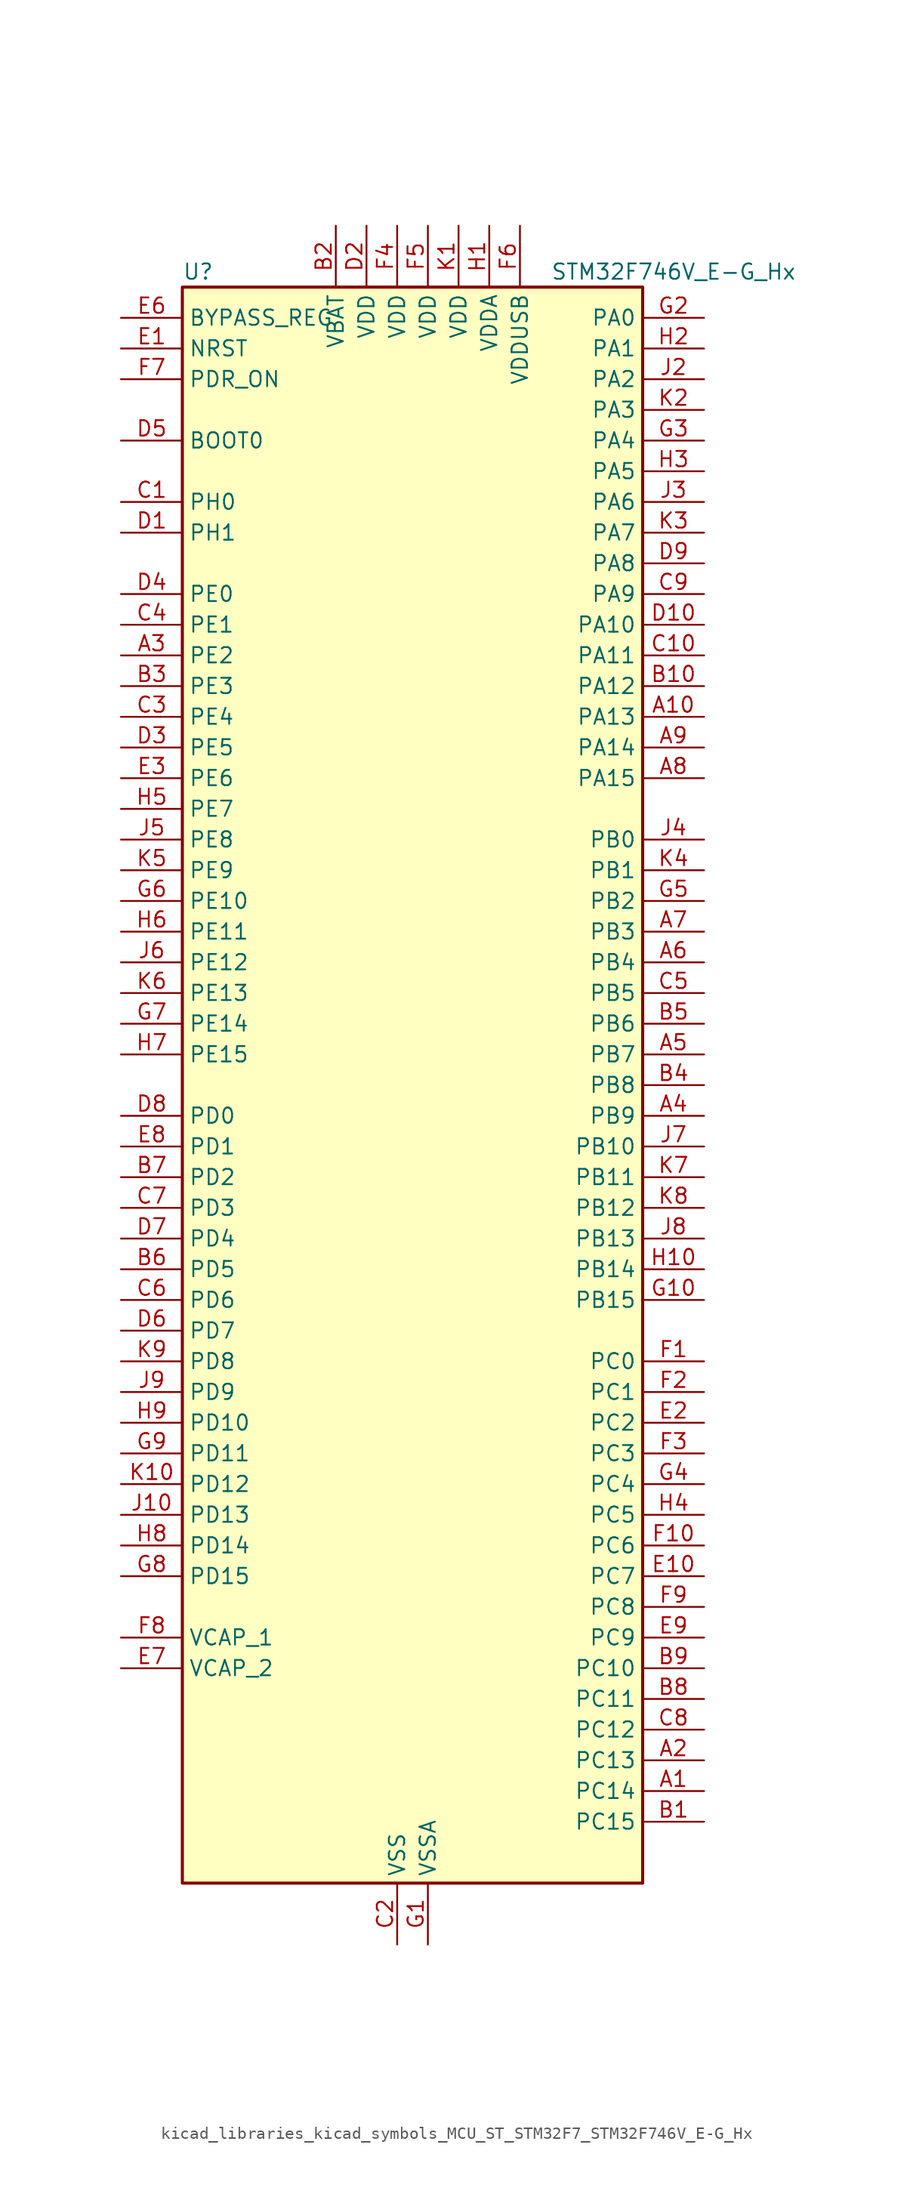
<source format=kicad_sym>
(kicad_symbol_lib
  (version 20220914)
  (generator kicad_symbol_editor)
  (symbol "kicad_libraries_kicad_symbols_MCU_ST_STM32F7_STM32F746V_E-G_Hx"
    (property "Reference" "U"
      (at -17.78 67.31 0)
      (effects (font (size 1.27 1.27)) (justify left)))
    (property "Value" "STM32F746V_E-G_Hx"
      (at 12.7 67.31 0)
      (effects (font (size 1.27 1.27)) (justify left)))
    (property "ki_locked" ""
      (at 0 0 0)
      (effects (font (size 1.27 1.27))))
    (symbol "kicad_libraries_kicad_symbols_MCU_ST_STM32F7_STM32F746V_E-G_Hx_0_1"
      (rectangle (start -17.78 -66.04) (end 20.32 66.04) (stroke (width 0.254) (type default)) (fill (type background))))
    (symbol "kicad_libraries_kicad_symbols_MCU_ST_STM32F7_STM32F746V_E-G_Hx_1_1"
      (pin bidirectional line (at 25.4 -58.42 180) (length 5.08) (name "PC14" (effects (font (size 1.27 1.27)))) (number "A1" (effects (font (size 1.27 1.27)))) (alternate "RCC_OSC32_IN" bidirectional line))
      (pin bidirectional line (at 25.4 30.48 180) (length 5.08) (name "PA13" (effects (font (size 1.27 1.27)))) (number "A10" (effects (font (size 1.27 1.27)))) (alternate "SYS_JTMS-SWDIO" bidirectional line))
      (pin bidirectional line (at 25.4 -55.88 180) (length 5.08) (name "PC13" (effects (font (size 1.27 1.27)))) (number "A2" (effects (font (size 1.27 1.27)))) (alternate "RTC_OUT" bidirectional line) (alternate "RTC_TAMP1" bidirectional line) (alternate "RTC_TS" bidirectional line) (alternate "SYS_WKUP4" bidirectional line))
      (pin bidirectional line (at -22.86 35.56 0) (length 5.08) (name "PE2" (effects (font (size 1.27 1.27)))) (number "A3" (effects (font (size 1.27 1.27)))) (alternate "ETH_TXD3" bidirectional line) (alternate "FMC_A23" bidirectional line) (alternate "QUADSPI_BK1_IO2" bidirectional line) (alternate "SAI1_MCLK_A" bidirectional line) (alternate "SPI4_SCK" bidirectional line) (alternate "SYS_TRACECLK" bidirectional line))
      (pin bidirectional line (at 25.4 -2.54 180) (length 5.08) (name "PB9" (effects (font (size 1.27 1.27)))) (number "A4" (effects (font (size 1.27 1.27)))) (alternate "CAN1_TX" bidirectional line) (alternate "DAC_EXTI9" bidirectional line) (alternate "DCMI_D7" bidirectional line) (alternate "I2C1_SDA" bidirectional line) (alternate "I2S2_WS" bidirectional line) (alternate "LTDC_B7" bidirectional line) (alternate "SDMMC1_D5" bidirectional line) (alternate "SPI2_NSS" bidirectional line) (alternate "TIM11_CH1" bidirectional line) (alternate "TIM4_CH4" bidirectional line))
      (pin bidirectional line (at 25.4 2.54 180) (length 5.08) (name "PB7" (effects (font (size 1.27 1.27)))) (number "A5" (effects (font (size 1.27 1.27)))) (alternate "DCMI_VSYNC" bidirectional line) (alternate "FMC_NL" bidirectional line) (alternate "I2C1_SDA" bidirectional line) (alternate "TIM4_CH2" bidirectional line) (alternate "USART1_RX" bidirectional line))
      (pin bidirectional line (at 25.4 10.16 180) (length 5.08) (name "PB4" (effects (font (size 1.27 1.27)))) (number "A6" (effects (font (size 1.27 1.27)))) (alternate "I2S2_WS" bidirectional line) (alternate "SPI1_MISO" bidirectional line) (alternate "SPI2_NSS" bidirectional line) (alternate "SPI3_MISO" bidirectional line) (alternate "SYS_JTRST" bidirectional line) (alternate "TIM3_CH1" bidirectional line))
      (pin bidirectional line (at 25.4 12.7 180) (length 5.08) (name "PB3" (effects (font (size 1.27 1.27)))) (number "A7" (effects (font (size 1.27 1.27)))) (alternate "I2S1_CK" bidirectional line) (alternate "I2S3_CK" bidirectional line) (alternate "SPI1_SCK" bidirectional line) (alternate "SPI3_SCK" bidirectional line) (alternate "SYS_JTDO-SWO" bidirectional line) (alternate "TIM2_CH2" bidirectional line))
      (pin bidirectional line (at 25.4 25.4 180) (length 5.08) (name "PA15" (effects (font (size 1.27 1.27)))) (number "A8" (effects (font (size 1.27 1.27)))) (alternate "CEC" bidirectional line) (alternate "I2S1_WS" bidirectional line) (alternate "I2S3_WS" bidirectional line) (alternate "SPI1_NSS" bidirectional line) (alternate "SPI3_NSS" bidirectional line) (alternate "SYS_JTDI" bidirectional line) (alternate "TIM2_CH1" bidirectional line) (alternate "TIM2_ETR" bidirectional line) (alternate "UART4_DE" bidirectional line) (alternate "UART4_RTS" bidirectional line))
      (pin bidirectional line (at 25.4 27.94 180) (length 5.08) (name "PA14" (effects (font (size 1.27 1.27)))) (number "A9" (effects (font (size 1.27 1.27)))) (alternate "SYS_JTCK-SWCLK" bidirectional line))
      (pin bidirectional line (at 25.4 -60.96 180) (length 5.08) (name "PC15" (effects (font (size 1.27 1.27)))) (number "B1" (effects (font (size 1.27 1.27)))) (alternate "RCC_OSC32_OUT" bidirectional line))
      (pin bidirectional line (at 25.4 33.02 180) (length 5.08) (name "PA12" (effects (font (size 1.27 1.27)))) (number "B10" (effects (font (size 1.27 1.27)))) (alternate "CAN1_TX" bidirectional line) (alternate "LTDC_R5" bidirectional line) (alternate "SAI2_FS_B" bidirectional line) (alternate "TIM1_ETR" bidirectional line) (alternate "USART1_DE" bidirectional line) (alternate "USART1_RTS" bidirectional line) (alternate "USB_OTG_FS_DP" bidirectional line))
      (pin power_in line (at -5.08 71.12 270) (length 5.08) (name "VBAT" (effects (font (size 1.27 1.27)))) (number "B2" (effects (font (size 1.27 1.27)))))
      (pin bidirectional line (at -22.86 33.02 0) (length 5.08) (name "PE3" (effects (font (size 1.27 1.27)))) (number "B3" (effects (font (size 1.27 1.27)))) (alternate "FMC_A19" bidirectional line) (alternate "SAI1_SD_B" bidirectional line) (alternate "SYS_TRACED0" bidirectional line))
      (pin bidirectional line (at 25.4 0 180) (length 5.08) (name "PB8" (effects (font (size 1.27 1.27)))) (number "B4" (effects (font (size 1.27 1.27)))) (alternate "CAN1_RX" bidirectional line) (alternate "DCMI_D6" bidirectional line) (alternate "ETH_TXD3" bidirectional line) (alternate "I2C1_SCL" bidirectional line) (alternate "LTDC_B6" bidirectional line) (alternate "SDMMC1_D4" bidirectional line) (alternate "TIM10_CH1" bidirectional line) (alternate "TIM4_CH3" bidirectional line))
      (pin bidirectional line (at 25.4 5.08 180) (length 5.08) (name "PB6" (effects (font (size 1.27 1.27)))) (number "B5" (effects (font (size 1.27 1.27)))) (alternate "CAN2_TX" bidirectional line) (alternate "CEC" bidirectional line) (alternate "DCMI_D5" bidirectional line) (alternate "FMC_SDNE1" bidirectional line) (alternate "I2C1_SCL" bidirectional line) (alternate "QUADSPI_BK1_NCS" bidirectional line) (alternate "TIM4_CH1" bidirectional line) (alternate "USART1_TX" bidirectional line))
      (pin bidirectional line (at -22.86 -15.24 0) (length 5.08) (name "PD5" (effects (font (size 1.27 1.27)))) (number "B6" (effects (font (size 1.27 1.27)))) (alternate "FMC_NWE" bidirectional line) (alternate "USART2_TX" bidirectional line))
      (pin bidirectional line (at -22.86 -7.62 0) (length 5.08) (name "PD2" (effects (font (size 1.27 1.27)))) (number "B7" (effects (font (size 1.27 1.27)))) (alternate "DCMI_D11" bidirectional line) (alternate "SDMMC1_CMD" bidirectional line) (alternate "SYS_TRACED2" bidirectional line) (alternate "TIM3_ETR" bidirectional line) (alternate "UART5_RX" bidirectional line))
      (pin bidirectional line (at 25.4 -50.8 180) (length 5.08) (name "PC11" (effects (font (size 1.27 1.27)))) (number "B8" (effects (font (size 1.27 1.27)))) (alternate "ADC1_EXTI11" bidirectional line) (alternate "ADC2_EXTI11" bidirectional line) (alternate "ADC3_EXTI11" bidirectional line) (alternate "DCMI_D4" bidirectional line) (alternate "QUADSPI_BK2_NCS" bidirectional line) (alternate "SDMMC1_D3" bidirectional line) (alternate "SPI3_MISO" bidirectional line) (alternate "UART4_RX" bidirectional line) (alternate "USART3_RX" bidirectional line))
      (pin bidirectional line (at 25.4 -48.26 180) (length 5.08) (name "PC10" (effects (font (size 1.27 1.27)))) (number "B9" (effects (font (size 1.27 1.27)))) (alternate "DCMI_D8" bidirectional line) (alternate "I2S3_CK" bidirectional line) (alternate "LTDC_R2" bidirectional line) (alternate "QUADSPI_BK1_IO1" bidirectional line) (alternate "SDMMC1_D2" bidirectional line) (alternate "SPI3_SCK" bidirectional line) (alternate "UART4_TX" bidirectional line) (alternate "USART3_TX" bidirectional line))
      (pin bidirectional line (at -22.86 48.26 0) (length 5.08) (name "PH0" (effects (font (size 1.27 1.27)))) (number "C1" (effects (font (size 1.27 1.27)))) (alternate "RCC_OSC_IN" bidirectional line))
      (pin bidirectional line (at 25.4 35.56 180) (length 5.08) (name "PA11" (effects (font (size 1.27 1.27)))) (number "C10" (effects (font (size 1.27 1.27)))) (alternate "ADC1_EXTI11" bidirectional line) (alternate "ADC2_EXTI11" bidirectional line) (alternate "ADC3_EXTI11" bidirectional line) (alternate "CAN1_RX" bidirectional line) (alternate "LTDC_R4" bidirectional line) (alternate "TIM1_CH4" bidirectional line) (alternate "USART1_CTS" bidirectional line) (alternate "USB_OTG_FS_DM" bidirectional line))
      (pin power_in line (at 0 -71.12 90) (length 5.08) (name "VSS" (effects (font (size 1.27 1.27)))) (number "C2" (effects (font (size 1.27 1.27)))))
      (pin bidirectional line (at -22.86 30.48 0) (length 5.08) (name "PE4" (effects (font (size 1.27 1.27)))) (number "C3" (effects (font (size 1.27 1.27)))) (alternate "DCMI_D4" bidirectional line) (alternate "FMC_A20" bidirectional line) (alternate "LTDC_B0" bidirectional line) (alternate "SAI1_FS_A" bidirectional line) (alternate "SPI4_NSS" bidirectional line) (alternate "SYS_TRACED1" bidirectional line))
      (pin bidirectional line (at -22.86 38.1 0) (length 5.08) (name "PE1" (effects (font (size 1.27 1.27)))) (number "C4" (effects (font (size 1.27 1.27)))) (alternate "DCMI_D3" bidirectional line) (alternate "FMC_NBL1" bidirectional line) (alternate "LPTIM1_IN2" bidirectional line) (alternate "UART8_TX" bidirectional line))
      (pin bidirectional line (at 25.4 7.62 180) (length 5.08) (name "PB5" (effects (font (size 1.27 1.27)))) (number "C5" (effects (font (size 1.27 1.27)))) (alternate "CAN2_RX" bidirectional line) (alternate "DCMI_D10" bidirectional line) (alternate "ETH_PPS_OUT" bidirectional line) (alternate "FMC_SDCKE1" bidirectional line) (alternate "I2C1_SMBA" bidirectional line) (alternate "I2S1_SD" bidirectional line) (alternate "I2S3_SD" bidirectional line) (alternate "SPI1_MOSI" bidirectional line) (alternate "SPI3_MOSI" bidirectional line) (alternate "TIM3_CH2" bidirectional line) (alternate "USB_OTG_HS_ULPI_D7" bidirectional line))
      (pin bidirectional line (at -22.86 -17.78 0) (length 5.08) (name "PD6" (effects (font (size 1.27 1.27)))) (number "C6" (effects (font (size 1.27 1.27)))) (alternate "DCMI_D10" bidirectional line) (alternate "FMC_NWAIT" bidirectional line) (alternate "I2S3_SD" bidirectional line) (alternate "LTDC_B2" bidirectional line) (alternate "SAI1_SD_A" bidirectional line) (alternate "SPI3_MOSI" bidirectional line) (alternate "USART2_RX" bidirectional line))
      (pin bidirectional line (at -22.86 -10.16 0) (length 5.08) (name "PD3" (effects (font (size 1.27 1.27)))) (number "C7" (effects (font (size 1.27 1.27)))) (alternate "DCMI_D5" bidirectional line) (alternate "FMC_CLK" bidirectional line) (alternate "I2S2_CK" bidirectional line) (alternate "LTDC_G7" bidirectional line) (alternate "SPI2_SCK" bidirectional line) (alternate "USART2_CTS" bidirectional line))
      (pin bidirectional line (at 25.4 -53.34 180) (length 5.08) (name "PC12" (effects (font (size 1.27 1.27)))) (number "C8" (effects (font (size 1.27 1.27)))) (alternate "DCMI_D9" bidirectional line) (alternate "I2S3_SD" bidirectional line) (alternate "SDMMC1_CK" bidirectional line) (alternate "SPI3_MOSI" bidirectional line) (alternate "SYS_TRACED3" bidirectional line) (alternate "UART5_TX" bidirectional line) (alternate "USART3_CK" bidirectional line))
      (pin bidirectional line (at 25.4 40.64 180) (length 5.08) (name "PA9" (effects (font (size 1.27 1.27)))) (number "C9" (effects (font (size 1.27 1.27)))) (alternate "DAC_EXTI9" bidirectional line) (alternate "DCMI_D0" bidirectional line) (alternate "I2C3_SMBA" bidirectional line) (alternate "I2S2_CK" bidirectional line) (alternate "SPI2_SCK" bidirectional line) (alternate "TIM1_CH2" bidirectional line) (alternate "USART1_TX" bidirectional line) (alternate "USB_OTG_FS_VBUS" bidirectional line))
      (pin bidirectional line (at -22.86 45.72 0) (length 5.08) (name "PH1" (effects (font (size 1.27 1.27)))) (number "D1" (effects (font (size 1.27 1.27)))) (alternate "RCC_OSC_OUT" bidirectional line))
      (pin bidirectional line (at 25.4 38.1 180) (length 5.08) (name "PA10" (effects (font (size 1.27 1.27)))) (number "D10" (effects (font (size 1.27 1.27)))) (alternate "DCMI_D1" bidirectional line) (alternate "TIM1_CH3" bidirectional line) (alternate "USART1_RX" bidirectional line) (alternate "USB_OTG_FS_ID" bidirectional line))
      (pin power_in line (at -2.54 71.12 270) (length 5.08) (name "VDD" (effects (font (size 1.27 1.27)))) (number "D2" (effects (font (size 1.27 1.27)))))
      (pin bidirectional line (at -22.86 27.94 0) (length 5.08) (name "PE5" (effects (font (size 1.27 1.27)))) (number "D3" (effects (font (size 1.27 1.27)))) (alternate "DCMI_D6" bidirectional line) (alternate "FMC_A21" bidirectional line) (alternate "LTDC_G0" bidirectional line) (alternate "SAI1_SCK_A" bidirectional line) (alternate "SPI4_MISO" bidirectional line) (alternate "SYS_TRACED2" bidirectional line) (alternate "TIM9_CH1" bidirectional line))
      (pin bidirectional line (at -22.86 40.64 0) (length 5.08) (name "PE0" (effects (font (size 1.27 1.27)))) (number "D4" (effects (font (size 1.27 1.27)))) (alternate "DCMI_D2" bidirectional line) (alternate "FMC_NBL0" bidirectional line) (alternate "LPTIM1_ETR" bidirectional line) (alternate "SAI2_MCLK_A" bidirectional line) (alternate "TIM4_ETR" bidirectional line) (alternate "UART8_RX" bidirectional line))
      (pin input line (at -22.86 53.34 0) (length 5.08) (name "BOOT0" (effects (font (size 1.27 1.27)))) (number "D5" (effects (font (size 1.27 1.27)))))
      (pin bidirectional line (at -22.86 -20.32 0) (length 5.08) (name "PD7" (effects (font (size 1.27 1.27)))) (number "D6" (effects (font (size 1.27 1.27)))) (alternate "FMC_NE1" bidirectional line) (alternate "SPDIFRX_IN0" bidirectional line) (alternate "USART2_CK" bidirectional line))
      (pin bidirectional line (at -22.86 -12.7 0) (length 5.08) (name "PD4" (effects (font (size 1.27 1.27)))) (number "D7" (effects (font (size 1.27 1.27)))) (alternate "FMC_NOE" bidirectional line) (alternate "USART2_DE" bidirectional line) (alternate "USART2_RTS" bidirectional line))
      (pin bidirectional line (at -22.86 -2.54 0) (length 5.08) (name "PD0" (effects (font (size 1.27 1.27)))) (number "D8" (effects (font (size 1.27 1.27)))) (alternate "CAN1_RX" bidirectional line) (alternate "FMC_D2" bidirectional line) (alternate "FMC_DA2" bidirectional line))
      (pin bidirectional line (at 25.4 43.18 180) (length 5.08) (name "PA8" (effects (font (size 1.27 1.27)))) (number "D9" (effects (font (size 1.27 1.27)))) (alternate "I2C3_SCL" bidirectional line) (alternate "LTDC_R6" bidirectional line) (alternate "RCC_MCO_1" bidirectional line) (alternate "TIM1_CH1" bidirectional line) (alternate "TIM8_BKIN2" bidirectional line) (alternate "USART1_CK" bidirectional line) (alternate "USB_OTG_FS_SOF" bidirectional line))
      (pin input line (at -22.86 60.96 0) (length 5.08) (name "NRST" (effects (font (size 1.27 1.27)))) (number "E1" (effects (font (size 1.27 1.27)))))
      (pin bidirectional line (at 25.4 -40.64 180) (length 5.08) (name "PC7" (effects (font (size 1.27 1.27)))) (number "E10" (effects (font (size 1.27 1.27)))) (alternate "DCMI_D1" bidirectional line) (alternate "I2S3_MCK" bidirectional line) (alternate "LTDC_G6" bidirectional line) (alternate "SDMMC1_D7" bidirectional line) (alternate "TIM3_CH2" bidirectional line) (alternate "TIM8_CH2" bidirectional line) (alternate "USART6_RX" bidirectional line))
      (pin bidirectional line (at 25.4 -27.94 180) (length 5.08) (name "PC2" (effects (font (size 1.27 1.27)))) (number "E2" (effects (font (size 1.27 1.27)))) (alternate "ADC1_IN12" bidirectional line) (alternate "ADC2_IN12" bidirectional line) (alternate "ADC3_IN12" bidirectional line) (alternate "ETH_TXD2" bidirectional line) (alternate "FMC_SDNE0" bidirectional line) (alternate "SPI2_MISO" bidirectional line) (alternate "USB_OTG_HS_ULPI_DIR" bidirectional line))
      (pin bidirectional line (at -22.86 25.4 0) (length 5.08) (name "PE6" (effects (font (size 1.27 1.27)))) (number "E3" (effects (font (size 1.27 1.27)))) (alternate "DCMI_D7" bidirectional line) (alternate "FMC_A22" bidirectional line) (alternate "LTDC_G1" bidirectional line) (alternate "SAI1_SD_A" bidirectional line) (alternate "SAI2_MCLK_B" bidirectional line) (alternate "SPI4_MOSI" bidirectional line) (alternate "SYS_TRACED3" bidirectional line) (alternate "TIM1_BKIN2" bidirectional line) (alternate "TIM9_CH2" bidirectional line))
      (pin passive line (at 0 -71.12 90) (length 5.08) hide (name "VSS" (effects (font (size 1.27 1.27)))) (number "E4" (effects (font (size 1.27 1.27)))))
      (pin passive line (at 0 -71.12 90) (length 5.08) hide (name "VSS" (effects (font (size 1.27 1.27)))) (number "E5" (effects (font (size 1.27 1.27)))))
      (pin input line (at -22.86 63.5 0) (length 5.08) (name "BYPASS_REG" (effects (font (size 1.27 1.27)))) (number "E6" (effects (font (size 1.27 1.27)))))
      (pin power_out line (at -22.86 -48.26 0) (length 5.08) (name "VCAP_2" (effects (font (size 1.27 1.27)))) (number "E7" (effects (font (size 1.27 1.27)))))
      (pin bidirectional line (at -22.86 -5.08 0) (length 5.08) (name "PD1" (effects (font (size 1.27 1.27)))) (number "E8" (effects (font (size 1.27 1.27)))) (alternate "CAN1_TX" bidirectional line) (alternate "FMC_D3" bidirectional line) (alternate "FMC_DA3" bidirectional line))
      (pin bidirectional line (at 25.4 -45.72 180) (length 5.08) (name "PC9" (effects (font (size 1.27 1.27)))) (number "E9" (effects (font (size 1.27 1.27)))) (alternate "DAC_EXTI9" bidirectional line) (alternate "DCMI_D3" bidirectional line) (alternate "I2C3_SDA" bidirectional line) (alternate "I2S_CKIN" bidirectional line) (alternate "QUADSPI_BK1_IO0" bidirectional line) (alternate "RCC_MCO_2" bidirectional line) (alternate "SDMMC1_D1" bidirectional line) (alternate "TIM3_CH4" bidirectional line) (alternate "TIM8_CH4" bidirectional line) (alternate "UART5_CTS" bidirectional line))
      (pin bidirectional line (at 25.4 -22.86 180) (length 5.08) (name "PC0" (effects (font (size 1.27 1.27)))) (number "F1" (effects (font (size 1.27 1.27)))) (alternate "ADC1_IN10" bidirectional line) (alternate "ADC2_IN10" bidirectional line) (alternate "ADC3_IN10" bidirectional line) (alternate "FMC_SDNWE" bidirectional line) (alternate "LTDC_R5" bidirectional line) (alternate "SAI2_FS_B" bidirectional line) (alternate "USB_OTG_HS_ULPI_STP" bidirectional line))
      (pin bidirectional line (at 25.4 -38.1 180) (length 5.08) (name "PC6" (effects (font (size 1.27 1.27)))) (number "F10" (effects (font (size 1.27 1.27)))) (alternate "DCMI_D0" bidirectional line) (alternate "I2S2_MCK" bidirectional line) (alternate "LTDC_HSYNC" bidirectional line) (alternate "SDMMC1_D6" bidirectional line) (alternate "TIM3_CH1" bidirectional line) (alternate "TIM8_CH1" bidirectional line) (alternate "USART6_TX" bidirectional line))
      (pin bidirectional line (at 25.4 -25.4 180) (length 5.08) (name "PC1" (effects (font (size 1.27 1.27)))) (number "F2" (effects (font (size 1.27 1.27)))) (alternate "ADC1_IN11" bidirectional line) (alternate "ADC2_IN11" bidirectional line) (alternate "ADC3_IN11" bidirectional line) (alternate "ETH_MDC" bidirectional line) (alternate "I2S2_SD" bidirectional line) (alternate "RTC_TAMP3" bidirectional line) (alternate "RTC_TS" bidirectional line) (alternate "SAI1_SD_A" bidirectional line) (alternate "SPI2_MOSI" bidirectional line) (alternate "SYS_TRACED0" bidirectional line) (alternate "SYS_WKUP3" bidirectional line))
      (pin bidirectional line (at 25.4 -30.48 180) (length 5.08) (name "PC3" (effects (font (size 1.27 1.27)))) (number "F3" (effects (font (size 1.27 1.27)))) (alternate "ADC1_IN13" bidirectional line) (alternate "ADC2_IN13" bidirectional line) (alternate "ADC3_IN13" bidirectional line) (alternate "ETH_TX_CLK" bidirectional line) (alternate "FMC_SDCKE0" bidirectional line) (alternate "I2S2_SD" bidirectional line) (alternate "SPI2_MOSI" bidirectional line) (alternate "USB_OTG_HS_ULPI_NXT" bidirectional line))
      (pin power_in line (at 0 71.12 270) (length 5.08) (name "VDD" (effects (font (size 1.27 1.27)))) (number "F4" (effects (font (size 1.27 1.27)))))
      (pin power_in line (at 2.54 71.12 270) (length 5.08) (name "VDD" (effects (font (size 1.27 1.27)))) (number "F5" (effects (font (size 1.27 1.27)))))
      (pin power_in line (at 10.16 71.12 270) (length 5.08) (name "VDDUSB" (effects (font (size 1.27 1.27)))) (number "F6" (effects (font (size 1.27 1.27)))))
      (pin input line (at -22.86 58.42 0) (length 5.08) (name "PDR_ON" (effects (font (size 1.27 1.27)))) (number "F7" (effects (font (size 1.27 1.27)))))
      (pin power_out line (at -22.86 -45.72 0) (length 5.08) (name "VCAP_1" (effects (font (size 1.27 1.27)))) (number "F8" (effects (font (size 1.27 1.27)))))
      (pin bidirectional line (at 25.4 -43.18 180) (length 5.08) (name "PC8" (effects (font (size 1.27 1.27)))) (number "F9" (effects (font (size 1.27 1.27)))) (alternate "DCMI_D2" bidirectional line) (alternate "SDMMC1_D0" bidirectional line) (alternate "SYS_TRACED1" bidirectional line) (alternate "TIM3_CH3" bidirectional line) (alternate "TIM8_CH3" bidirectional line) (alternate "UART5_DE" bidirectional line) (alternate "UART5_RTS" bidirectional line) (alternate "USART6_CK" bidirectional line))
      (pin power_in line (at 2.54 -71.12 90) (length 5.08) (name "VSSA" (effects (font (size 1.27 1.27)))) (number "G1" (effects (font (size 1.27 1.27)))))
      (pin bidirectional line (at 25.4 -17.78 180) (length 5.08) (name "PB15" (effects (font (size 1.27 1.27)))) (number "G10" (effects (font (size 1.27 1.27)))) (alternate "I2S2_SD" bidirectional line) (alternate "RTC_REFIN" bidirectional line) (alternate "SPI2_MOSI" bidirectional line) (alternate "TIM12_CH2" bidirectional line) (alternate "TIM1_CH3N" bidirectional line) (alternate "TIM8_CH3N" bidirectional line) (alternate "USB_OTG_HS_DP" bidirectional line))
      (pin bidirectional line (at 25.4 63.5 180) (length 5.08) (name "PA0" (effects (font (size 1.27 1.27)))) (number "G2" (effects (font (size 1.27 1.27)))) (alternate "ADC1_IN0" bidirectional line) (alternate "ADC2_IN0" bidirectional line) (alternate "ADC3_IN0" bidirectional line) (alternate "ETH_CRS" bidirectional line) (alternate "SAI2_SD_B" bidirectional line) (alternate "SYS_WKUP1" bidirectional line) (alternate "TIM2_CH1" bidirectional line) (alternate "TIM2_ETR" bidirectional line) (alternate "TIM5_CH1" bidirectional line) (alternate "TIM8_ETR" bidirectional line) (alternate "UART4_TX" bidirectional line) (alternate "USART2_CTS" bidirectional line))
      (pin bidirectional line (at 25.4 53.34 180) (length 5.08) (name "PA4" (effects (font (size 1.27 1.27)))) (number "G3" (effects (font (size 1.27 1.27)))) (alternate "ADC1_IN4" bidirectional line) (alternate "ADC2_IN4" bidirectional line) (alternate "DAC_OUT1" bidirectional line) (alternate "DCMI_HSYNC" bidirectional line) (alternate "I2S1_WS" bidirectional line) (alternate "I2S3_WS" bidirectional line) (alternate "LTDC_VSYNC" bidirectional line) (alternate "SPI1_NSS" bidirectional line) (alternate "SPI3_NSS" bidirectional line) (alternate "USART2_CK" bidirectional line) (alternate "USB_OTG_HS_SOF" bidirectional line))
      (pin bidirectional line (at 25.4 -33.02 180) (length 5.08) (name "PC4" (effects (font (size 1.27 1.27)))) (number "G4" (effects (font (size 1.27 1.27)))) (alternate "ADC1_IN14" bidirectional line) (alternate "ADC2_IN14" bidirectional line) (alternate "ETH_RXD0" bidirectional line) (alternate "FMC_SDNE0" bidirectional line) (alternate "I2S1_MCK" bidirectional line) (alternate "SPDIFRX_IN2" bidirectional line))
      (pin bidirectional line (at 25.4 15.24 180) (length 5.08) (name "PB2" (effects (font (size 1.27 1.27)))) (number "G5" (effects (font (size 1.27 1.27)))) (alternate "I2S3_SD" bidirectional line) (alternate "QUADSPI_CLK" bidirectional line) (alternate "SAI1_SD_A" bidirectional line) (alternate "SPI3_MOSI" bidirectional line))
      (pin bidirectional line (at -22.86 15.24 0) (length 5.08) (name "PE10" (effects (font (size 1.27 1.27)))) (number "G6" (effects (font (size 1.27 1.27)))) (alternate "FMC_D7" bidirectional line) (alternate "FMC_DA7" bidirectional line) (alternate "QUADSPI_BK2_IO3" bidirectional line) (alternate "TIM1_CH2N" bidirectional line) (alternate "UART7_CTS" bidirectional line))
      (pin bidirectional line (at -22.86 5.08 0) (length 5.08) (name "PE14" (effects (font (size 1.27 1.27)))) (number "G7" (effects (font (size 1.27 1.27)))) (alternate "FMC_D11" bidirectional line) (alternate "FMC_DA11" bidirectional line) (alternate "LTDC_CLK" bidirectional line) (alternate "SAI2_MCLK_B" bidirectional line) (alternate "SPI4_MOSI" bidirectional line) (alternate "TIM1_CH4" bidirectional line))
      (pin bidirectional line (at -22.86 -40.64 0) (length 5.08) (name "PD15" (effects (font (size 1.27 1.27)))) (number "G8" (effects (font (size 1.27 1.27)))) (alternate "FMC_D1" bidirectional line) (alternate "FMC_DA1" bidirectional line) (alternate "TIM4_CH4" bidirectional line) (alternate "UART8_DE" bidirectional line) (alternate "UART8_RTS" bidirectional line))
      (pin bidirectional line (at -22.86 -30.48 0) (length 5.08) (name "PD11" (effects (font (size 1.27 1.27)))) (number "G9" (effects (font (size 1.27 1.27)))) (alternate "ADC1_EXTI11" bidirectional line) (alternate "ADC2_EXTI11" bidirectional line) (alternate "ADC3_EXTI11" bidirectional line) (alternate "FMC_A16" bidirectional line) (alternate "FMC_CLE" bidirectional line) (alternate "I2C4_SMBA" bidirectional line) (alternate "QUADSPI_BK1_IO0" bidirectional line) (alternate "SAI2_SD_A" bidirectional line) (alternate "USART3_CTS" bidirectional line))
      (pin power_in line (at 7.62 71.12 270) (length 5.08) (name "VDDA" (effects (font (size 1.27 1.27)))) (number "H1" (effects (font (size 1.27 1.27)))))
      (pin bidirectional line (at 25.4 -15.24 180) (length 5.08) (name "PB14" (effects (font (size 1.27 1.27)))) (number "H10" (effects (font (size 1.27 1.27)))) (alternate "SPI2_MISO" bidirectional line) (alternate "TIM12_CH1" bidirectional line) (alternate "TIM1_CH2N" bidirectional line) (alternate "TIM8_CH2N" bidirectional line) (alternate "USART3_DE" bidirectional line) (alternate "USART3_RTS" bidirectional line) (alternate "USB_OTG_HS_DM" bidirectional line))
      (pin bidirectional line (at 25.4 60.96 180) (length 5.08) (name "PA1" (effects (font (size 1.27 1.27)))) (number "H2" (effects (font (size 1.27 1.27)))) (alternate "ADC1_IN1" bidirectional line) (alternate "ADC2_IN1" bidirectional line) (alternate "ADC3_IN1" bidirectional line) (alternate "ETH_REF_CLK" bidirectional line) (alternate "ETH_RX_CLK" bidirectional line) (alternate "LTDC_R2" bidirectional line) (alternate "QUADSPI_BK1_IO3" bidirectional line) (alternate "SAI2_MCLK_B" bidirectional line) (alternate "TIM2_CH2" bidirectional line) (alternate "TIM5_CH2" bidirectional line) (alternate "UART4_RX" bidirectional line) (alternate "USART2_DE" bidirectional line) (alternate "USART2_RTS" bidirectional line))
      (pin bidirectional line (at 25.4 50.8 180) (length 5.08) (name "PA5" (effects (font (size 1.27 1.27)))) (number "H3" (effects (font (size 1.27 1.27)))) (alternate "ADC1_IN5" bidirectional line) (alternate "ADC2_IN5" bidirectional line) (alternate "DAC_OUT2" bidirectional line) (alternate "I2S1_CK" bidirectional line) (alternate "LTDC_R4" bidirectional line) (alternate "SPI1_SCK" bidirectional line) (alternate "TIM2_CH1" bidirectional line) (alternate "TIM2_ETR" bidirectional line) (alternate "TIM8_CH1N" bidirectional line) (alternate "USB_OTG_HS_ULPI_CK" bidirectional line))
      (pin bidirectional line (at 25.4 -35.56 180) (length 5.08) (name "PC5" (effects (font (size 1.27 1.27)))) (number "H4" (effects (font (size 1.27 1.27)))) (alternate "ADC1_IN15" bidirectional line) (alternate "ADC2_IN15" bidirectional line) (alternate "ETH_RXD1" bidirectional line) (alternate "FMC_SDCKE0" bidirectional line) (alternate "SPDIFRX_IN3" bidirectional line))
      (pin bidirectional line (at -22.86 22.86 0) (length 5.08) (name "PE7" (effects (font (size 1.27 1.27)))) (number "H5" (effects (font (size 1.27 1.27)))) (alternate "FMC_D4" bidirectional line) (alternate "FMC_DA4" bidirectional line) (alternate "QUADSPI_BK2_IO0" bidirectional line) (alternate "TIM1_ETR" bidirectional line) (alternate "UART7_RX" bidirectional line))
      (pin bidirectional line (at -22.86 12.7 0) (length 5.08) (name "PE11" (effects (font (size 1.27 1.27)))) (number "H6" (effects (font (size 1.27 1.27)))) (alternate "ADC1_EXTI11" bidirectional line) (alternate "ADC2_EXTI11" bidirectional line) (alternate "ADC3_EXTI11" bidirectional line) (alternate "FMC_D8" bidirectional line) (alternate "FMC_DA8" bidirectional line) (alternate "LTDC_G3" bidirectional line) (alternate "SAI2_SD_B" bidirectional line) (alternate "SPI4_NSS" bidirectional line) (alternate "TIM1_CH2" bidirectional line))
      (pin bidirectional line (at -22.86 2.54 0) (length 5.08) (name "PE15" (effects (font (size 1.27 1.27)))) (number "H7" (effects (font (size 1.27 1.27)))) (alternate "FMC_D12" bidirectional line) (alternate "FMC_DA12" bidirectional line) (alternate "LTDC_R7" bidirectional line) (alternate "TIM1_BKIN" bidirectional line))
      (pin bidirectional line (at -22.86 -38.1 0) (length 5.08) (name "PD14" (effects (font (size 1.27 1.27)))) (number "H8" (effects (font (size 1.27 1.27)))) (alternate "FMC_D0" bidirectional line) (alternate "FMC_DA0" bidirectional line) (alternate "TIM4_CH3" bidirectional line) (alternate "UART8_CTS" bidirectional line))
      (pin bidirectional line (at -22.86 -27.94 0) (length 5.08) (name "PD10" (effects (font (size 1.27 1.27)))) (number "H9" (effects (font (size 1.27 1.27)))) (alternate "FMC_D15" bidirectional line) (alternate "FMC_DA15" bidirectional line) (alternate "LTDC_B3" bidirectional line) (alternate "USART3_CK" bidirectional line))
      (pin passive line (at 0 -71.12 90) (length 5.08) hide (name "VSS" (effects (font (size 1.27 1.27)))) (number "J1" (effects (font (size 1.27 1.27)))))
      (pin bidirectional line (at -22.86 -35.56 0) (length 5.08) (name "PD13" (effects (font (size 1.27 1.27)))) (number "J10" (effects (font (size 1.27 1.27)))) (alternate "FMC_A18" bidirectional line) (alternate "I2C4_SDA" bidirectional line) (alternate "LPTIM1_OUT" bidirectional line) (alternate "QUADSPI_BK1_IO3" bidirectional line) (alternate "SAI2_SCK_A" bidirectional line) (alternate "TIM4_CH2" bidirectional line))
      (pin bidirectional line (at 25.4 58.42 180) (length 5.08) (name "PA2" (effects (font (size 1.27 1.27)))) (number "J2" (effects (font (size 1.27 1.27)))) (alternate "ADC1_IN2" bidirectional line) (alternate "ADC2_IN2" bidirectional line) (alternate "ADC3_IN2" bidirectional line) (alternate "ETH_MDIO" bidirectional line) (alternate "LTDC_R1" bidirectional line) (alternate "SAI2_SCK_B" bidirectional line) (alternate "SYS_WKUP2" bidirectional line) (alternate "TIM2_CH3" bidirectional line) (alternate "TIM5_CH3" bidirectional line) (alternate "TIM9_CH1" bidirectional line) (alternate "USART2_TX" bidirectional line))
      (pin bidirectional line (at 25.4 48.26 180) (length 5.08) (name "PA6" (effects (font (size 1.27 1.27)))) (number "J3" (effects (font (size 1.27 1.27)))) (alternate "ADC1_IN6" bidirectional line) (alternate "ADC2_IN6" bidirectional line) (alternate "DCMI_PIXCLK" bidirectional line) (alternate "LTDC_G2" bidirectional line) (alternate "SPI1_MISO" bidirectional line) (alternate "TIM13_CH1" bidirectional line) (alternate "TIM1_BKIN" bidirectional line) (alternate "TIM3_CH1" bidirectional line) (alternate "TIM8_BKIN" bidirectional line))
      (pin bidirectional line (at 25.4 20.32 180) (length 5.08) (name "PB0" (effects (font (size 1.27 1.27)))) (number "J4" (effects (font (size 1.27 1.27)))) (alternate "ADC1_IN8" bidirectional line) (alternate "ADC2_IN8" bidirectional line) (alternate "ETH_RXD2" bidirectional line) (alternate "LTDC_R3" bidirectional line) (alternate "TIM1_CH2N" bidirectional line) (alternate "TIM3_CH3" bidirectional line) (alternate "TIM8_CH2N" bidirectional line) (alternate "UART4_CTS" bidirectional line) (alternate "USB_OTG_HS_ULPI_D1" bidirectional line))
      (pin bidirectional line (at -22.86 20.32 0) (length 5.08) (name "PE8" (effects (font (size 1.27 1.27)))) (number "J5" (effects (font (size 1.27 1.27)))) (alternate "FMC_D5" bidirectional line) (alternate "FMC_DA5" bidirectional line) (alternate "QUADSPI_BK2_IO1" bidirectional line) (alternate "TIM1_CH1N" bidirectional line) (alternate "UART7_TX" bidirectional line))
      (pin bidirectional line (at -22.86 10.16 0) (length 5.08) (name "PE12" (effects (font (size 1.27 1.27)))) (number "J6" (effects (font (size 1.27 1.27)))) (alternate "FMC_D9" bidirectional line) (alternate "FMC_DA9" bidirectional line) (alternate "LTDC_B4" bidirectional line) (alternate "SAI2_SCK_B" bidirectional line) (alternate "SPI4_SCK" bidirectional line) (alternate "TIM1_CH3N" bidirectional line))
      (pin bidirectional line (at 25.4 -5.08 180) (length 5.08) (name "PB10" (effects (font (size 1.27 1.27)))) (number "J7" (effects (font (size 1.27 1.27)))) (alternate "ETH_RX_ER" bidirectional line) (alternate "I2C2_SCL" bidirectional line) (alternate "I2S2_CK" bidirectional line) (alternate "LTDC_G4" bidirectional line) (alternate "SPI2_SCK" bidirectional line) (alternate "TIM2_CH3" bidirectional line) (alternate "USART3_TX" bidirectional line) (alternate "USB_OTG_HS_ULPI_D3" bidirectional line))
      (pin bidirectional line (at 25.4 -12.7 180) (length 5.08) (name "PB13" (effects (font (size 1.27 1.27)))) (number "J8" (effects (font (size 1.27 1.27)))) (alternate "CAN2_TX" bidirectional line) (alternate "ETH_TXD1" bidirectional line) (alternate "I2S2_CK" bidirectional line) (alternate "SPI2_SCK" bidirectional line) (alternate "TIM1_CH1N" bidirectional line) (alternate "USART3_CTS" bidirectional line) (alternate "USB_OTG_HS_ULPI_D6" bidirectional line) (alternate "USB_OTG_HS_VBUS" bidirectional line))
      (pin bidirectional line (at -22.86 -25.4 0) (length 5.08) (name "PD9" (effects (font (size 1.27 1.27)))) (number "J9" (effects (font (size 1.27 1.27)))) (alternate "DAC_EXTI9" bidirectional line) (alternate "FMC_D14" bidirectional line) (alternate "FMC_DA14" bidirectional line) (alternate "USART3_RX" bidirectional line))
      (pin power_in line (at 5.08 71.12 270) (length 5.08) (name "VDD" (effects (font (size 1.27 1.27)))) (number "K1" (effects (font (size 1.27 1.27)))))
      (pin bidirectional line (at -22.86 -33.02 0) (length 5.08) (name "PD12" (effects (font (size 1.27 1.27)))) (number "K10" (effects (font (size 1.27 1.27)))) (alternate "FMC_A17" bidirectional line) (alternate "FMC_ALE" bidirectional line) (alternate "I2C4_SCL" bidirectional line) (alternate "LPTIM1_IN1" bidirectional line) (alternate "QUADSPI_BK1_IO1" bidirectional line) (alternate "SAI2_FS_A" bidirectional line) (alternate "TIM4_CH1" bidirectional line) (alternate "USART3_DE" bidirectional line) (alternate "USART3_RTS" bidirectional line))
      (pin bidirectional line (at 25.4 55.88 180) (length 5.08) (name "PA3" (effects (font (size 1.27 1.27)))) (number "K2" (effects (font (size 1.27 1.27)))) (alternate "ADC1_IN3" bidirectional line) (alternate "ADC2_IN3" bidirectional line) (alternate "ADC3_IN3" bidirectional line) (alternate "ETH_COL" bidirectional line) (alternate "LTDC_B5" bidirectional line) (alternate "TIM2_CH4" bidirectional line) (alternate "TIM5_CH4" bidirectional line) (alternate "TIM9_CH2" bidirectional line) (alternate "USART2_RX" bidirectional line) (alternate "USB_OTG_HS_ULPI_D0" bidirectional line))
      (pin bidirectional line (at 25.4 45.72 180) (length 5.08) (name "PA7" (effects (font (size 1.27 1.27)))) (number "K3" (effects (font (size 1.27 1.27)))) (alternate "ADC1_IN7" bidirectional line) (alternate "ADC2_IN7" bidirectional line) (alternate "ETH_CRS_DV" bidirectional line) (alternate "ETH_RX_DV" bidirectional line) (alternate "FMC_SDNWE" bidirectional line) (alternate "I2S1_SD" bidirectional line) (alternate "SPI1_MOSI" bidirectional line) (alternate "TIM14_CH1" bidirectional line) (alternate "TIM1_CH1N" bidirectional line) (alternate "TIM3_CH2" bidirectional line) (alternate "TIM8_CH1N" bidirectional line))
      (pin bidirectional line (at 25.4 17.78 180) (length 5.08) (name "PB1" (effects (font (size 1.27 1.27)))) (number "K4" (effects (font (size 1.27 1.27)))) (alternate "ADC1_IN9" bidirectional line) (alternate "ADC2_IN9" bidirectional line) (alternate "ETH_RXD3" bidirectional line) (alternate "LTDC_R6" bidirectional line) (alternate "TIM1_CH3N" bidirectional line) (alternate "TIM3_CH4" bidirectional line) (alternate "TIM8_CH3N" bidirectional line) (alternate "USB_OTG_HS_ULPI_D2" bidirectional line))
      (pin bidirectional line (at -22.86 17.78 0) (length 5.08) (name "PE9" (effects (font (size 1.27 1.27)))) (number "K5" (effects (font (size 1.27 1.27)))) (alternate "DAC_EXTI9" bidirectional line) (alternate "FMC_D6" bidirectional line) (alternate "FMC_DA6" bidirectional line) (alternate "QUADSPI_BK2_IO2" bidirectional line) (alternate "TIM1_CH1" bidirectional line) (alternate "UART7_DE" bidirectional line) (alternate "UART7_RTS" bidirectional line))
      (pin bidirectional line (at -22.86 7.62 0) (length 5.08) (name "PE13" (effects (font (size 1.27 1.27)))) (number "K6" (effects (font (size 1.27 1.27)))) (alternate "FMC_D10" bidirectional line) (alternate "FMC_DA10" bidirectional line) (alternate "LTDC_DE" bidirectional line) (alternate "SAI2_FS_B" bidirectional line) (alternate "SPI4_MISO" bidirectional line) (alternate "TIM1_CH3" bidirectional line))
      (pin bidirectional line (at 25.4 -7.62 180) (length 5.08) (name "PB11" (effects (font (size 1.27 1.27)))) (number "K7" (effects (font (size 1.27 1.27)))) (alternate "ADC1_EXTI11" bidirectional line) (alternate "ADC2_EXTI11" bidirectional line) (alternate "ADC3_EXTI11" bidirectional line) (alternate "ETH_TX_EN" bidirectional line) (alternate "I2C2_SDA" bidirectional line) (alternate "LTDC_G5" bidirectional line) (alternate "TIM2_CH4" bidirectional line) (alternate "USART3_RX" bidirectional line) (alternate "USB_OTG_HS_ULPI_D4" bidirectional line))
      (pin bidirectional line (at 25.4 -10.16 180) (length 5.08) (name "PB12" (effects (font (size 1.27 1.27)))) (number "K8" (effects (font (size 1.27 1.27)))) (alternate "CAN2_RX" bidirectional line) (alternate "ETH_TXD0" bidirectional line) (alternate "I2C2_SMBA" bidirectional line) (alternate "I2S2_WS" bidirectional line) (alternate "SPI2_NSS" bidirectional line) (alternate "TIM1_BKIN" bidirectional line) (alternate "USART3_CK" bidirectional line) (alternate "USB_OTG_HS_ID" bidirectional line) (alternate "USB_OTG_HS_ULPI_D5" bidirectional line))
      (pin bidirectional line (at -22.86 -22.86 0) (length 5.08) (name "PD8" (effects (font (size 1.27 1.27)))) (number "K9" (effects (font (size 1.27 1.27)))) (alternate "FMC_D13" bidirectional line) (alternate "FMC_DA13" bidirectional line) (alternate "SPDIFRX_IN1" bidirectional line) (alternate "USART3_TX" bidirectional line)))))
</source>
